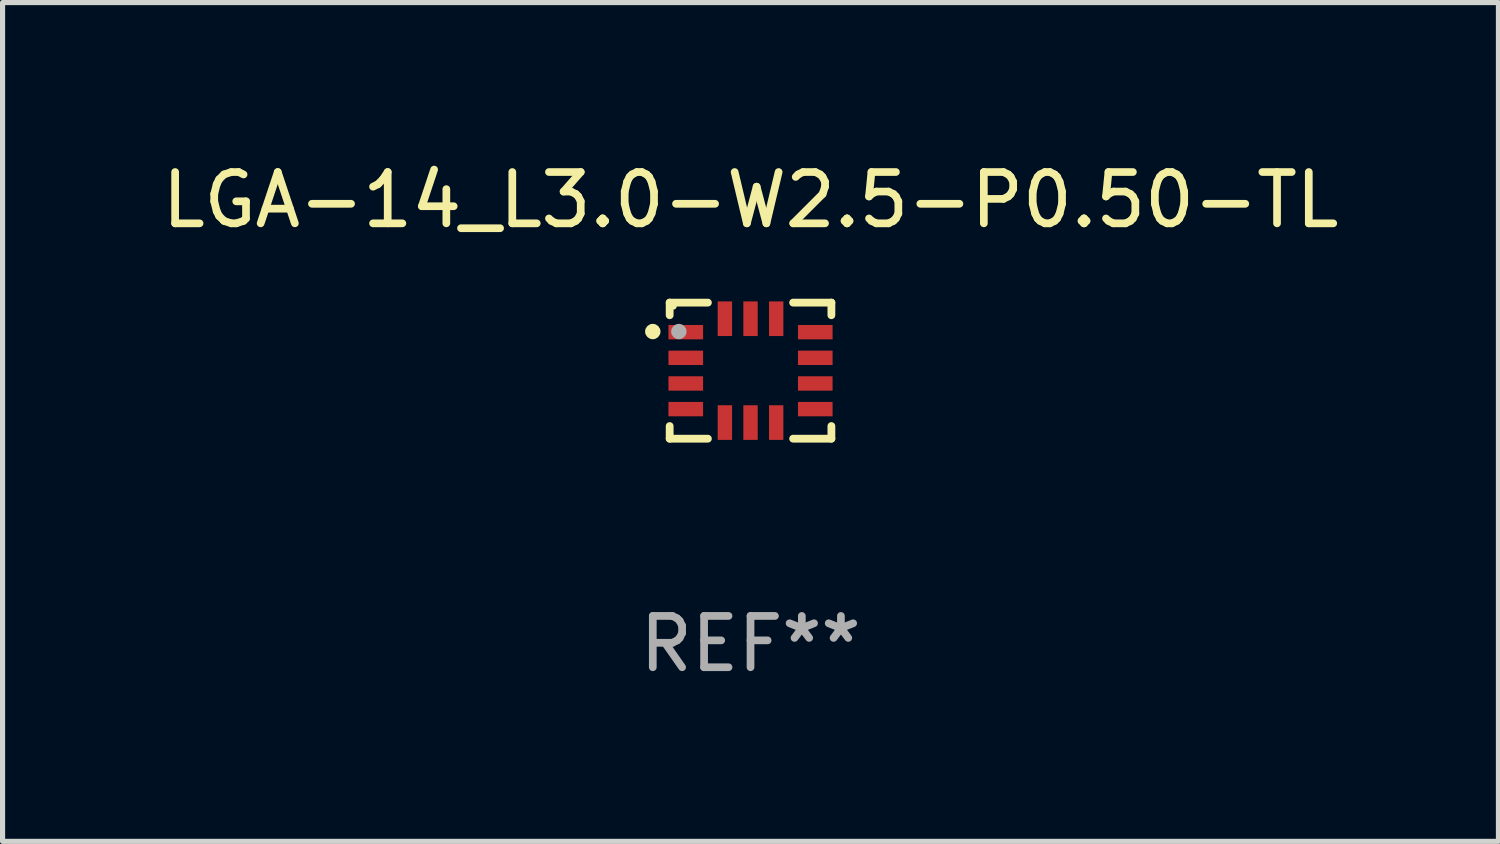
<source format=kicad_pcb>
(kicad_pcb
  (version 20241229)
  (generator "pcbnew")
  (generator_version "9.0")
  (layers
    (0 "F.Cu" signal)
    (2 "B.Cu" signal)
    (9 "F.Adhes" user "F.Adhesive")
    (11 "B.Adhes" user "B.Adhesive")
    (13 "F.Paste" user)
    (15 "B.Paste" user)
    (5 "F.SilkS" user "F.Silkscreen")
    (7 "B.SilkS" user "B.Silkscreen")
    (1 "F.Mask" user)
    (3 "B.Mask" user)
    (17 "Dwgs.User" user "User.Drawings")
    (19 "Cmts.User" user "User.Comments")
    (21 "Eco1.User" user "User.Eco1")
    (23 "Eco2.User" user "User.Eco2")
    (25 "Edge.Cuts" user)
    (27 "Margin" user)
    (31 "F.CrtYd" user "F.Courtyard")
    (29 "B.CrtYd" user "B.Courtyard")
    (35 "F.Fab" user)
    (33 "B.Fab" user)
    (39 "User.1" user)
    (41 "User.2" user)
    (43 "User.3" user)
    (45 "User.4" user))
  (footprint "LGA-14_L3.0-W2.5-P0.50-TL"
    (layer "F.Cu")
    (at 11.578 4.174)
    (property "Reference" "LGA-14_L3.0-W2.5-P0.50-TL" (at -0.000127 -3.326 0) (layer "F.SilkS") (effects (font (size 1 1) (thickness 0.15))))
    (attr smd)
    (fp_line (start -1.576 -1.326) (end -1.576 -1.08) (stroke (width 0.152) (type solid)) (layer "F.SilkS"))
    (fp_line (start -1.576 1.326) (end -1.576 1.08) (stroke (width 0.152) (type solid)) (layer "F.SilkS"))
    (fp_line (start -0.831 -1.326) (end -1.576 -1.326) (stroke (width 0.152) (type solid)) (layer "F.SilkS"))
    (fp_line (start -0.831 1.326) (end -1.576 1.326) (stroke (width 0.152) (type solid)) (layer "F.SilkS"))
    (fp_line (start 0.83 -1.326) (end 1.576 -1.326) (stroke (width 0.152) (type solid)) (layer "F.SilkS"))
    (fp_line (start 0.83 1.326) (end 1.576 1.326) (stroke (width 0.152) (type solid)) (layer "F.SilkS"))
    (fp_line (start 1.576 -1.326) (end 1.576 -1.08) (stroke (width 0.152) (type solid)) (layer "F.SilkS"))
    (fp_line (start 1.576 1.326) (end 1.576 1.08) (stroke (width 0.152) (type solid)) (layer "F.SilkS"))
    (fp_circle (center -1.905 -0.762) (end -1.83 -0.762) (stroke (width 0.15) (type solid)) (fill no) (layer "F.SilkS"))
    (fp_circle (center -1.5 -1.25) (end -1.47 -1.25) (stroke (width 0.06) (type solid)) (fill no) (layer "F.SilkS"))
    (fp_circle (center -1.397 -0.762) (end -1.322 -0.762) (stroke (width 0.15) (type solid)) (fill no) (layer "F.Fab"))
    (fp_text user "REF**" (at -0.000127 5.326 0) (layer "F.Fab") (effects (font (size 1 1) (thickness 0.15))))
    (pad "1" smd rect (at -1.262 -0.75) (size 0.675 0.28) (layers "F.Cu" "F.Mask" "F.Paste"))
    (pad "2" smd rect (at -1.262 -0.25) (size 0.675 0.28) (layers "F.Cu" "F.Mask" "F.Paste"))
    (pad "3" smd rect (at -1.262 0.25) (size 0.675 0.28) (layers "F.Cu" "F.Mask" "F.Paste"))
    (pad "4" smd rect (at -1.262 0.75) (size 0.675 0.28) (layers "F.Cu" "F.Mask" "F.Paste"))
    (pad "5" smd rect (at -0.5 1.012) (size 0.28 0.675) (layers "F.Cu" "F.Mask" "F.Paste"))
    (pad "6" smd rect (at -0.000127 1.012) (size 0.28 0.675) (layers "F.Cu" "F.Mask" "F.Paste"))
    (pad "7" smd rect (at 0.5 1.012) (size 0.28 0.675) (layers "F.Cu" "F.Mask" "F.Paste"))
    (pad "8" smd rect (at 1.262 0.75) (size 0.675 0.28) (layers "F.Cu" "F.Mask" "F.Paste"))
    (pad "9" smd rect (at 1.262 0.25) (size 0.675 0.28) (layers "F.Cu" "F.Mask" "F.Paste"))
    (pad "10" smd rect (at 1.262 -0.25) (size 0.675 0.28) (layers "F.Cu" "F.Mask" "F.Paste"))
    (pad "11" smd rect (at 1.262 -0.75) (size 0.675 0.28) (layers "F.Cu" "F.Mask" "F.Paste"))
    (pad "12" smd rect (at 0.5 -1.012) (size 0.28 0.675) (layers "F.Cu" "F.Mask" "F.Paste"))
    (pad "13" smd rect (at -0.000127 -1.012) (size 0.28 0.675) (layers "F.Cu" "F.Mask" "F.Paste"))
    (pad "14" smd rect (at -0.5 -1.012) (size 0.28 0.675) (layers "F.Cu" "F.Mask" "F.Paste")))
  (gr_rect
    (start -3 -3)
    (end 26.155 13.349)
    (stroke (width 0.1) (type default))
    (fill no)
    (layer "Edge.Cuts")))
</source>
